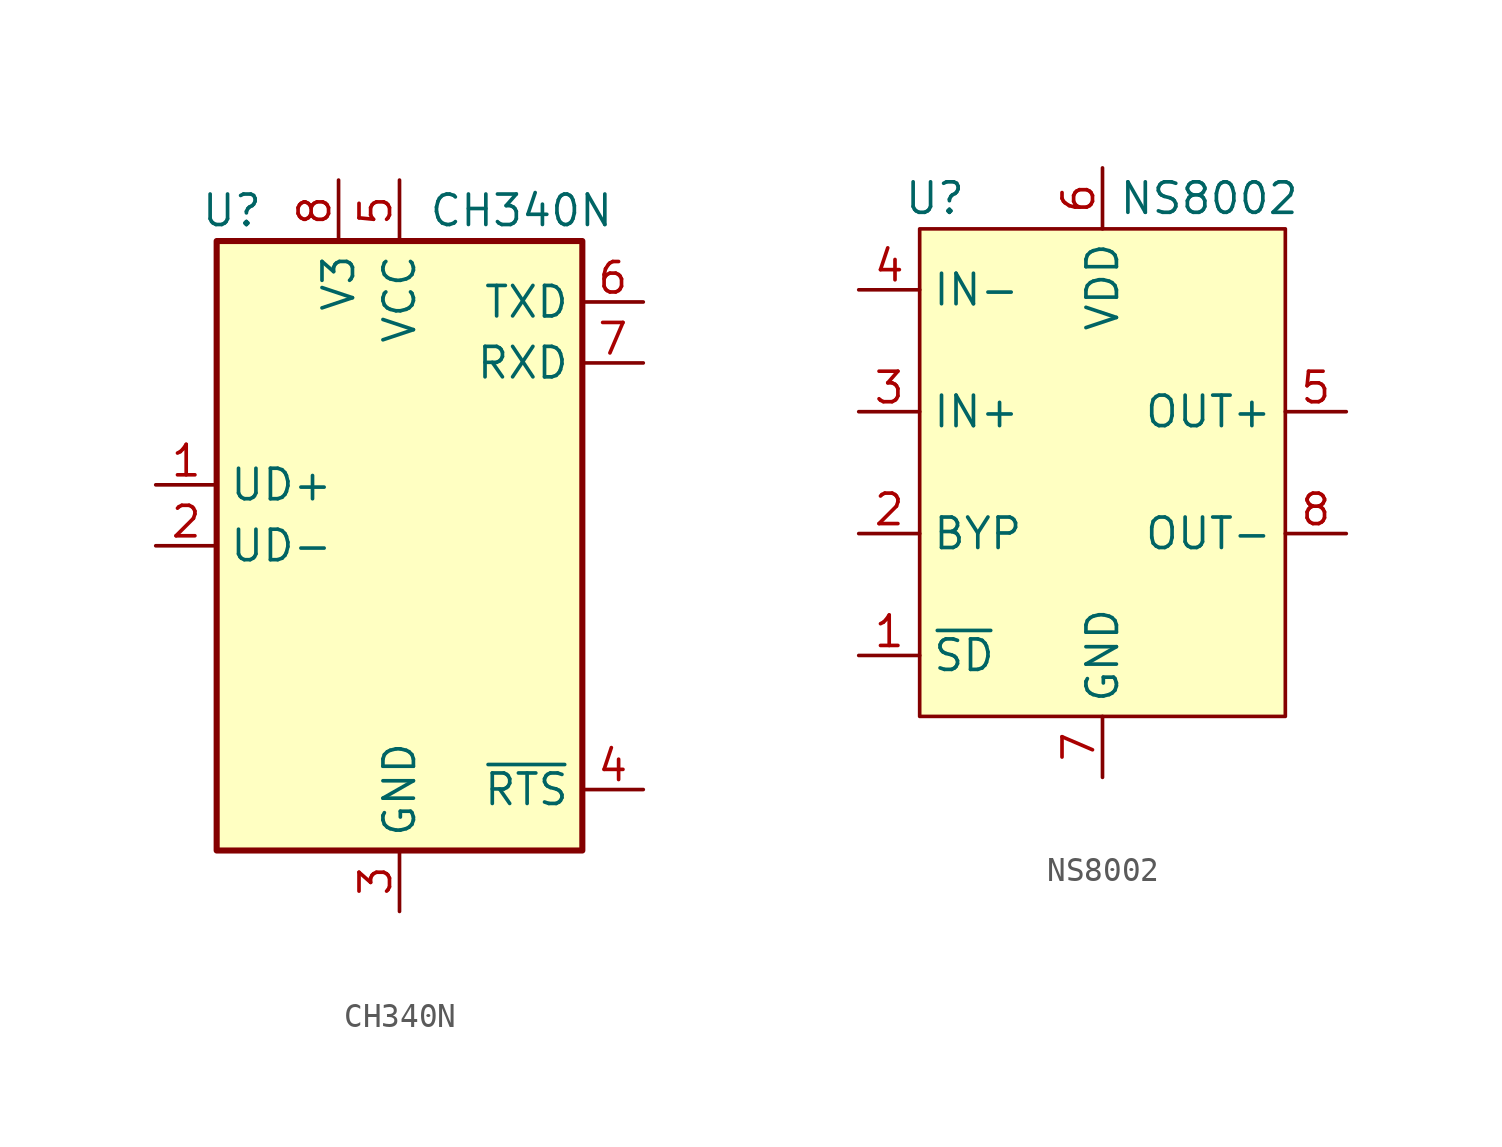
<source format=kicad_sym>
(kicad_symbol_lib
  (version 20211014)
  (generator kicad_symbol_editor)
  (symbol "CH340N"
    (property "Reference" "U"
      (at -6.985 13.97 0)
      (effects (font (size 1.27 1.27))))
    (property "Value" "CH340N"
      (at 5.08 13.97 0)
      (effects (font (size 1.27 1.27))))
    (symbol "CH340N_0_1"
      (rectangle (start -7.62 12.7) (end 7.62 -12.7) (stroke (width 0.254) (type default) (color 0 0 0 0)) (fill (type background))))
    (symbol "CH340N_1_1"
      (pin bidirectional line (at -10.16 2.54 0) (length 2.54) (name "UD+" (effects (font (size 1.27 1.27)))) (number "1" (effects (font (size 1.27 1.27)))))
      (pin bidirectional line (at -10.16 0 0) (length 2.54) (name "UD-" (effects (font (size 1.27 1.27)))) (number "2" (effects (font (size 1.27 1.27)))))
      (pin power_in line (at 0 -15.24 90) (length 2.54) (name "GND" (effects (font (size 1.27 1.27)))) (number "3" (effects (font (size 1.27 1.27)))))
      (pin output line (at 10.16 -10.16 180) (length 2.54) (name "~{RTS}" (effects (font (size 1.27 1.27)))) (number "4" (effects (font (size 1.27 1.27)))))
      (pin power_in line (at 0 15.24 270) (length 2.54) (name "VCC" (effects (font (size 1.27 1.27)))) (number "5" (effects (font (size 1.27 1.27)))))
      (pin output line (at 10.16 10.16 180) (length 2.54) (name "TXD" (effects (font (size 1.27 1.27)))) (number "6" (effects (font (size 1.27 1.27)))))
      (pin input line (at 10.16 7.62 180) (length 2.54) (name "RXD" (effects (font (size 1.27 1.27)))) (number "7" (effects (font (size 1.27 1.27)))))
      (pin passive line (at -2.54 15.24 270) (length 2.54) (name "V3" (effects (font (size 1.27 1.27)))) (number "8" (effects (font (size 1.27 1.27)))))))
  (symbol "NS8002"
    (property "Reference" "U"
      (at -6.985 11.43 0)
      (effects (font (size 1.27 1.27))))
    (property "Value" "NS8002"
      (at 4.445 11.43 0)
      (effects (font (size 1.27 1.27))))
    (symbol "NS8002_0_1"
      (rectangle (start -7.62 10.16) (end 7.62 -10.16) (stroke (width 0.152) (type default) (color 0 0 0 0)) (fill (type background))))
    (symbol "NS8002_1_1"
      (pin input line (at -10.16 -7.62 0) (length 2.54) (name "~{SD}" (effects (font (size 1.27 1.27)))) (number "1" (effects (font (size 1.27 1.27)))))
      (pin input line (at -10.16 -2.54 0) (length 2.54) (name "BYP" (effects (font (size 1.27 1.27)))) (number "2" (effects (font (size 1.27 1.27)))))
      (pin input line (at -10.16 2.54 0) (length 2.54) (name "IN+" (effects (font (size 1.27 1.27)))) (number "3" (effects (font (size 1.27 1.27)))))
      (pin input line (at -10.16 7.62 0) (length 2.54) (name "IN-" (effects (font (size 1.27 1.27)))) (number "4" (effects (font (size 1.27 1.27)))))
      (pin output line (at 10.16 2.54 180) (length 2.54) (name "OUT+" (effects (font (size 1.27 1.27)))) (number "5" (effects (font (size 1.27 1.27)))))
      (pin power_in line (at 0 12.7 270) (length 2.54) (name "VDD" (effects (font (size 1.27 1.27)))) (number "6" (effects (font (size 1.27 1.27)))))
      (pin power_in line (at 0 -12.7 90) (length 2.54) (name "GND" (effects (font (size 1.27 1.27)))) (number "7" (effects (font (size 1.27 1.27)))))
      (pin output line (at 10.16 -2.54 180) (length 2.54) (name "OUT-" (effects (font (size 1.27 1.27)))) (number "8" (effects (font (size 1.27 1.27))))))))
</source>
